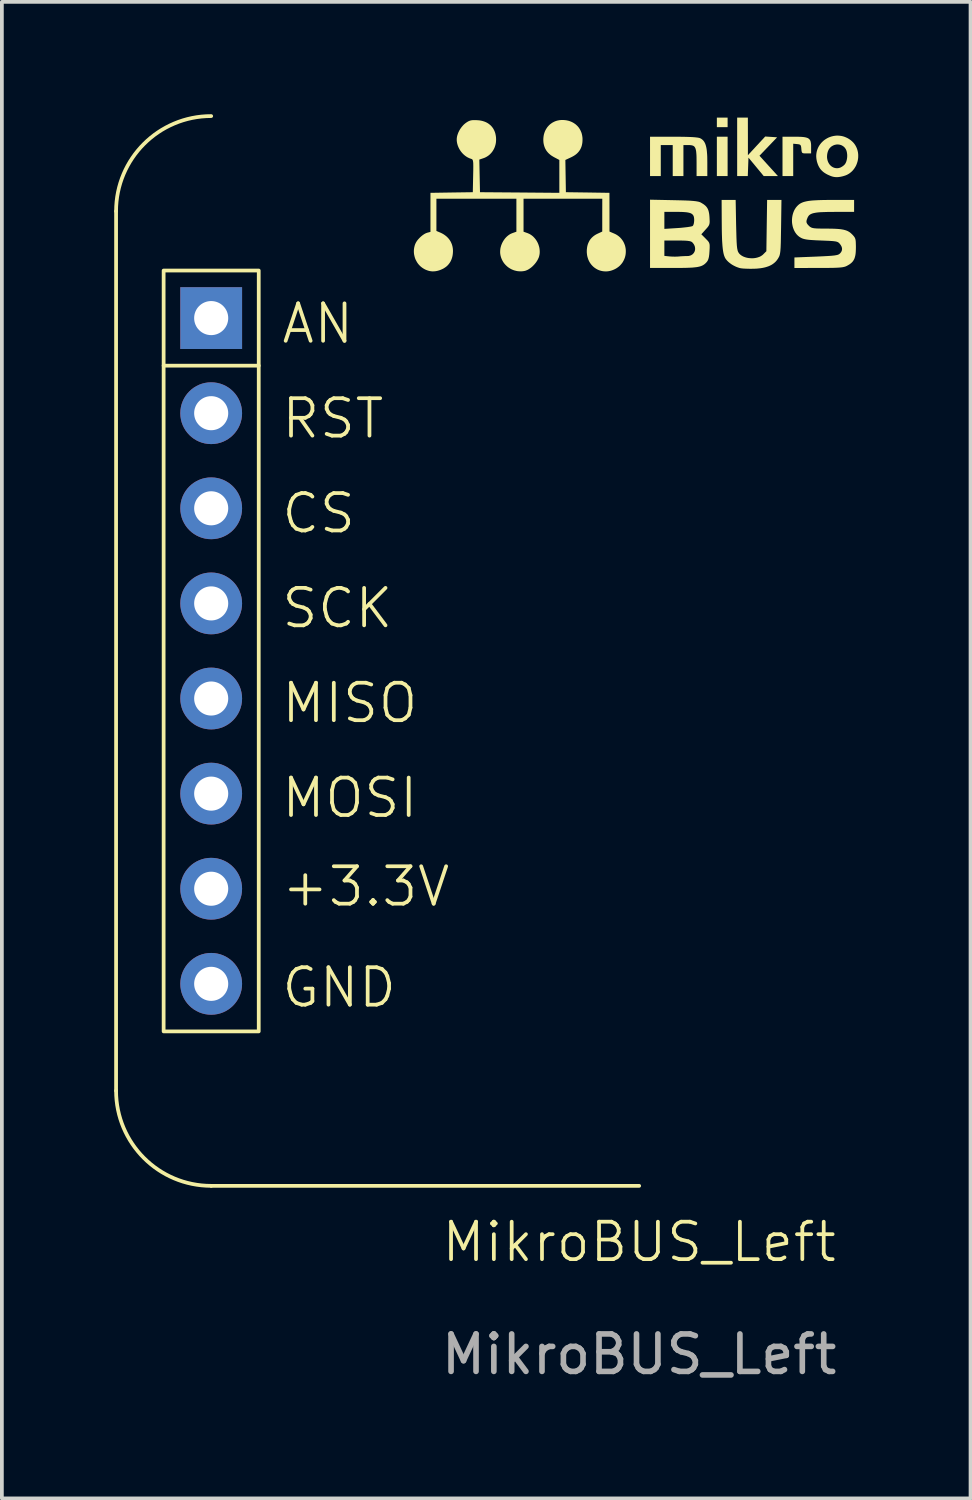
<source format=kicad_pcb>
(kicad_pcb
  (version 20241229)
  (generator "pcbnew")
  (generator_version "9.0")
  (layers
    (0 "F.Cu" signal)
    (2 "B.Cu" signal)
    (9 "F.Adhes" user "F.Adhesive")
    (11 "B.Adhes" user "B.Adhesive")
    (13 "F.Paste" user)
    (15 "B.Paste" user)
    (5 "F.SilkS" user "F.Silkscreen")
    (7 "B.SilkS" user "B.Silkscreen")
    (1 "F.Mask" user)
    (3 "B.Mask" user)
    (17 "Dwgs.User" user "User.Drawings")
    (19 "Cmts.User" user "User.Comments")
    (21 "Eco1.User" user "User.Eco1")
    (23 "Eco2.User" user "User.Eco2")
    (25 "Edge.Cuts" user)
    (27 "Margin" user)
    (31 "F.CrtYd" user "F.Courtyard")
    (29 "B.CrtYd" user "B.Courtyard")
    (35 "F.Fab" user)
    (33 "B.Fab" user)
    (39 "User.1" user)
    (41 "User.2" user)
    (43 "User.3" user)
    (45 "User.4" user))
  (footprint "MikroBUS_Left"
    (layer "F.Cu")
    (at 14.02 28.62)
    (property "Reference" "MikroBUS_Left" (at 0 1.5 0) (unlocked yes) (layer "F.SilkS") (effects (font (size 1 1) (thickness 0.1))))
    (attr smd)
    (fp_line (start -13.97 -2.54) (end -13.97 -26.03) (stroke (width 0.1) (type default)) (layer "F.SilkS"))
    (fp_line (start -12.7 -21.905) (end -10.16 -21.905) (stroke (width 0.1) (type solid)) (layer "F.SilkS"))
    (fp_line (start 0 0) (end -11.43 0) (stroke (width 0.1) (type solid)) (layer "F.SilkS"))
    (fp_rect (start -12.7 -24.445) (end -10.16 -4.125) (stroke (width 0.1) (type solid)) (fill no) (layer "F.SilkS"))
    (fp_arc (start -13.97 -26.03) (mid -13.226051 -27.826051) (end -11.43 -28.57) (stroke (width 0.1) (type default)) (layer "F.SilkS"))
    (fp_arc (start -11.43 0) (mid -13.226051 -0.743949) (end -13.97 -2.54) (stroke (width 0.1) (type default)) (layer "F.SilkS"))
    (fp_poly (pts (xy 2.362 -28.402) (xy 2.362 -28.274) (xy 2.218 -28.274) (xy 2.075 -28.274) (xy 2.075 -28.402) (xy 2.075 -28.529) (xy 2.218 -28.529) (xy 2.362 -28.529)) (stroke (width 0) (type solid)) (fill yes) (layer "F.SilkS"))
    (fp_poly (pts (xy 2.362 -27.493) (xy 2.362 -26.968) (xy 2.218 -26.968) (xy 2.075 -26.968) (xy 2.075 -27.493) (xy 2.075 -28.019) (xy 2.218 -28.019) (xy 2.362 -28.019)) (stroke (width 0) (type solid)) (fill yes) (layer "F.SilkS"))
    (fp_poly (pts (xy 2.904 -28.027) (xy 2.904 -27.525) (xy 3.135 -27.775) (xy 3.366 -28.024) (xy 3.525 -28.014) (xy 3.684 -28.003) (xy 3.449 -27.757) (xy 3.213 -27.511) (xy 3.46 -27.239) (xy 3.706 -26.968) (xy 3.516 -26.968) (xy 3.326 -26.968) (xy 3.123 -27.214) (xy 2.919 -27.46) (xy 2.91 -27.214) (xy 2.901 -26.968) (xy 2.759 -26.968) (xy 2.617 -26.968) (xy 2.617 -27.748) (xy 2.617 -28.529) (xy 2.76 -28.529) (xy 2.903 -28.529)) (stroke (width 0) (type solid)) (fill yes) (layer "F.SilkS"))
    (fp_poly (pts (xy 0.92 -28.019) (xy 1.074 -28.018) (xy 1.208 -28.016) (xy 1.322 -28.013) (xy 1.418 -28.009) (xy 1.496 -28.003) (xy 1.556 -27.996) (xy 1.6 -27.988) (xy 1.616 -27.983) (xy 1.629 -27.978) (xy 1.642 -27.971) (xy 1.655 -27.964) (xy 1.667 -27.956) (xy 1.679 -27.947) (xy 1.69 -27.938) (xy 1.701 -27.928) (xy 1.711 -27.918) (xy 1.72 -27.906) (xy 1.729 -27.895) (xy 1.738 -27.882) (xy 1.746 -27.868) (xy 1.753 -27.854) (xy 1.761 -27.839) (xy 1.767 -27.823) (xy 1.773 -27.806) (xy 1.779 -27.788) (xy 1.784 -27.769) (xy 1.789 -27.749) (xy 1.794 -27.728) (xy 1.798 -27.706) (xy 1.802 -27.683) (xy 1.805 -27.659) (xy 1.808 -27.633) (xy 1.81 -27.606) (xy 1.815 -27.548) (xy 1.818 -27.485) (xy 1.819 -27.417) (xy 1.82 -27.342) (xy 1.82 -26.968) (xy 1.676 -26.968) (xy 1.533 -26.968) (xy 1.533 -27.332) (xy 1.532 -27.472) (xy 1.53 -27.53) (xy 1.526 -27.581) (xy 1.522 -27.625) (xy 1.515 -27.663) (xy 1.507 -27.694) (xy 1.502 -27.708) (xy 1.496 -27.721) (xy 1.49 -27.732) (xy 1.484 -27.742) (xy 1.476 -27.752) (xy 1.468 -27.76) (xy 1.459 -27.767) (xy 1.45 -27.773) (xy 1.44 -27.778) (xy 1.429 -27.782) (xy 1.404 -27.789) (xy 1.376 -27.793) (xy 1.344 -27.796) (xy 1.308 -27.796) (xy 1.182 -27.796) (xy 1.182 -27.382) (xy 1.182 -26.968) (xy 1.039 -26.968) (xy 0.896 -26.968) (xy 0.896 -27.382) (xy 0.896 -27.796) (xy 0.736 -27.796) (xy 0.577 -27.796) (xy 0.577 -27.382) (xy 0.577 -26.968) (xy 0.433 -26.968) (xy 0.29 -26.968) (xy 0.29 -27.493) (xy 0.29 -28.019)) (stroke (width 0) (type solid)) (fill yes) (layer "F.SilkS"))
    (fp_poly (pts (xy 4.211 -28.019) (xy 4.275 -28.017) (xy 4.331 -28.015) (xy 4.38 -28.011) (xy 4.423 -28.005) (xy 4.46 -27.997) (xy 4.476 -27.992) (xy 4.491 -27.987) (xy 4.505 -27.981) (xy 4.517 -27.974) (xy 4.528 -27.966) (xy 4.538 -27.958) (xy 4.547 -27.949) (xy 4.555 -27.939) (xy 4.562 -27.929) (xy 4.569 -27.917) (xy 4.574 -27.905) (xy 4.578 -27.892) (xy 4.585 -27.862) (xy 4.59 -27.828) (xy 4.592 -27.79) (xy 4.592 -27.747) (xy 4.592 -27.573) (xy 4.467 -27.573) (xy 4.445 -27.573) (xy 4.426 -27.573) (xy 4.41 -27.574) (xy 4.396 -27.575) (xy 4.389 -27.576) (xy 4.383 -27.577) (xy 4.378 -27.579) (xy 4.373 -27.58) (xy 4.368 -27.582) (xy 4.364 -27.584) (xy 4.36 -27.587) (xy 4.357 -27.589) (xy 4.354 -27.592) (xy 4.351 -27.596) (xy 4.349 -27.599) (xy 4.346 -27.604) (xy 4.344 -27.608) (xy 4.343 -27.613) (xy 4.341 -27.619) (xy 4.34 -27.625) (xy 4.337 -27.638) (xy 4.335 -27.654) (xy 4.333 -27.672) (xy 4.331 -27.693) (xy 4.33 -27.712) (xy 4.328 -27.729) (xy 4.326 -27.744) (xy 4.323 -27.758) (xy 4.322 -27.764) (xy 4.32 -27.769) (xy 4.318 -27.774) (xy 4.317 -27.779) (xy 4.314 -27.784) (xy 4.312 -27.788) (xy 4.31 -27.791) (xy 4.307 -27.795) (xy 4.304 -27.798) (xy 4.301 -27.801) (xy 4.297 -27.803) (xy 4.293 -27.806) (xy 4.289 -27.808) (xy 4.284 -27.81) (xy 4.28 -27.812) (xy 4.274 -27.813) (xy 4.263 -27.816) (xy 4.25 -27.818) (xy 4.235 -27.82) (xy 4.218 -27.822) (xy 4.114 -27.832) (xy 4.114 -27.4) (xy 4.114 -26.968) (xy 3.971 -26.968) (xy 3.828 -26.968) (xy 3.828 -27.493) (xy 3.828 -28.019) (xy 4.139 -28.019)) (stroke (width 0) (type solid)) (fill yes) (layer "F.SilkS"))
    (fp_poly (pts (xy 2.589 -25.667) (xy 2.598 -25.325) (xy 2.603 -25.204) (xy 2.609 -25.111) (xy 2.617 -25.04) (xy 2.628 -24.988) (xy 2.633 -24.968) (xy 2.64 -24.95) (xy 2.648 -24.934) (xy 2.656 -24.921) (xy 2.667 -24.905) (xy 2.68 -24.889) (xy 2.695 -24.875) (xy 2.711 -24.862) (xy 2.728 -24.849) (xy 2.746 -24.838) (xy 2.765 -24.827) (xy 2.785 -24.817) (xy 2.806 -24.809) (xy 2.827 -24.801) (xy 2.85 -24.794) (xy 2.873 -24.788) (xy 2.896 -24.783) (xy 2.92 -24.779) (xy 2.969 -24.774) (xy 3.018 -24.772) (xy 3.042 -24.773) (xy 3.066 -24.775) (xy 3.09 -24.778) (xy 3.114 -24.782) (xy 3.137 -24.787) (xy 3.16 -24.793) (xy 3.182 -24.8) (xy 3.204 -24.808) (xy 3.225 -24.816) (xy 3.245 -24.827) (xy 3.263 -24.838) (xy 3.281 -24.85) (xy 3.298 -24.863) (xy 3.313 -24.877) (xy 3.397 -24.961) (xy 3.407 -25.646) (xy 3.417 -26.33) (xy 3.608 -26.33) (xy 3.8 -26.33) (xy 3.79 -25.605) (xy 3.783 -25.198) (xy 3.778 -25.064) (xy 3.771 -24.967) (xy 3.766 -24.929) (xy 3.761 -24.896) (xy 3.755 -24.869) (xy 3.748 -24.844) (xy 3.74 -24.823) (xy 3.73 -24.803) (xy 3.707 -24.763) (xy 3.696 -24.747) (xy 3.685 -24.731) (xy 3.674 -24.716) (xy 3.661 -24.701) (xy 3.649 -24.687) (xy 3.635 -24.673) (xy 3.621 -24.66) (xy 3.607 -24.648) (xy 3.592 -24.636) (xy 3.576 -24.624) (xy 3.56 -24.613) (xy 3.543 -24.602) (xy 3.525 -24.592) (xy 3.507 -24.583) (xy 3.489 -24.574) (xy 3.469 -24.565) (xy 3.449 -24.557) (xy 3.428 -24.55) (xy 3.407 -24.543) (xy 3.385 -24.536) (xy 3.362 -24.53) (xy 3.338 -24.524) (xy 3.289 -24.514) (xy 3.237 -24.506) (xy 3.182 -24.5) (xy 3.124 -24.495) (xy 3.063 -24.493) (xy 3.007 -24.492) (xy 2.95 -24.492) (xy 2.894 -24.493) (xy 2.842 -24.495) (xy 2.794 -24.497) (xy 2.752 -24.501) (xy 2.717 -24.505) (xy 2.691 -24.51) (xy 2.691 -24.51) (xy 2.664 -24.518) (xy 2.637 -24.527) (xy 2.61 -24.537) (xy 2.583 -24.548) (xy 2.556 -24.561) (xy 2.53 -24.574) (xy 2.504 -24.588) (xy 2.479 -24.603) (xy 2.455 -24.619) (xy 2.432 -24.636) (xy 2.41 -24.653) (xy 2.389 -24.67) (xy 2.369 -24.689) (xy 2.351 -24.707) (xy 2.334 -24.726) (xy 2.319 -24.745) (xy 2.303 -24.768) (xy 2.296 -24.78) (xy 2.289 -24.794) (xy 2.283 -24.808) (xy 2.277 -24.823) (xy 2.265 -24.856) (xy 2.255 -24.894) (xy 2.246 -24.937) (xy 2.238 -24.986) (xy 2.231 -25.041) (xy 2.225 -25.102) (xy 2.22 -25.171) (xy 2.215 -25.247) (xy 2.212 -25.332) (xy 2.209 -25.425) (xy 2.207 -25.528) (xy 2.205 -25.764) (xy 2.202 -26.33) (xy 2.39 -26.33) (xy 2.577 -26.33)) (stroke (width 0) (type solid)) (fill yes) (layer "F.SilkS"))
    (fp_poly (pts (xy 5.357 -28.045) (xy 5.401 -28.039) (xy 5.445 -28.029) (xy 5.488 -28.015) (xy 5.531 -27.997) (xy 5.574 -27.976) (xy 5.616 -27.95) (xy 5.656 -27.921) (xy 5.686 -27.895) (xy 5.714 -27.868) (xy 5.738 -27.84) (xy 5.76 -27.81) (xy 5.78 -27.778) (xy 5.797 -27.746) (xy 5.812 -27.712) (xy 5.824 -27.678) (xy 5.834 -27.643) (xy 5.842 -27.607) (xy 5.847 -27.571) (xy 5.85 -27.535) (xy 5.85 -27.499) (xy 5.849 -27.462) (xy 5.845 -27.426) (xy 5.839 -27.39) (xy 5.831 -27.355) (xy 5.82 -27.32) (xy 5.808 -27.286) (xy 5.794 -27.252) (xy 5.777 -27.22) (xy 5.758 -27.189) (xy 5.738 -27.159) (xy 5.715 -27.13) (xy 5.691 -27.103) (xy 5.664 -27.078) (xy 5.636 -27.055) (xy 5.606 -27.033) (xy 5.574 -27.014) (xy 5.54 -26.997) (xy 5.505 -26.983) (xy 5.467 -26.971) (xy 5.436 -26.962) (xy 5.405 -26.955) (xy 5.377 -26.949) (xy 5.35 -26.945) (xy 5.324 -26.941) (xy 5.299 -26.94) (xy 5.274 -26.939) (xy 5.251 -26.94) (xy 5.227 -26.942) (xy 5.204 -26.945) (xy 5.18 -26.95) (xy 5.157 -26.956) (xy 5.132 -26.964) (xy 5.108 -26.973) (xy 5.082 -26.984) (xy 5.055 -26.996) (xy 5.023 -27.011) (xy 4.994 -27.027) (xy 4.967 -27.043) (xy 4.941 -27.06) (xy 4.917 -27.078) (xy 4.895 -27.097) (xy 4.874 -27.117) (xy 4.855 -27.138) (xy 4.837 -27.16) (xy 4.821 -27.184) (xy 4.806 -27.208) (xy 4.792 -27.234) (xy 4.779 -27.262) (xy 4.768 -27.291) (xy 4.758 -27.321) (xy 4.748 -27.353) (xy 4.738 -27.402) (xy 4.731 -27.449) (xy 4.73 -27.476) (xy 5.017 -27.476) (xy 5.019 -27.448) (xy 5.023 -27.421) (xy 5.029 -27.395) (xy 5.036 -27.37) (xy 5.045 -27.347) (xy 5.056 -27.324) (xy 5.068 -27.303) (xy 5.081 -27.283) (xy 5.096 -27.265) (xy 5.112 -27.248) (xy 5.129 -27.233) (xy 5.147 -27.22) (xy 5.166 -27.208) (xy 5.186 -27.198) (xy 5.207 -27.19) (xy 5.228 -27.184) (xy 5.25 -27.18) (xy 5.272 -27.178) (xy 5.295 -27.178) (xy 5.318 -27.18) (xy 5.341 -27.185) (xy 5.365 -27.192) (xy 5.388 -27.202) (xy 5.411 -27.215) (xy 5.434 -27.23) (xy 5.457 -27.247) (xy 5.48 -27.268) (xy 5.487 -27.276) (xy 5.495 -27.285) (xy 5.502 -27.295) (xy 5.508 -27.306) (xy 5.515 -27.317) (xy 5.52 -27.329) (xy 5.531 -27.354) (xy 5.539 -27.382) (xy 5.546 -27.41) (xy 5.551 -27.44) (xy 5.555 -27.471) (xy 5.556 -27.502) (xy 5.556 -27.533) (xy 5.553 -27.563) (xy 5.549 -27.593) (xy 5.543 -27.622) (xy 5.535 -27.648) (xy 5.53 -27.661) (xy 5.524 -27.673) (xy 5.519 -27.685) (xy 5.512 -27.696) (xy 5.501 -27.712) (xy 5.489 -27.728) (xy 5.476 -27.741) (xy 5.462 -27.754) (xy 5.447 -27.765) (xy 5.432 -27.775) (xy 5.416 -27.784) (xy 5.4 -27.792) (xy 5.383 -27.798) (xy 5.366 -27.803) (xy 5.349 -27.807) (xy 5.331 -27.81) (xy 5.313 -27.811) (xy 5.295 -27.812) (xy 5.277 -27.811) (xy 5.259 -27.809) (xy 5.242 -27.805) (xy 5.224 -27.801) (xy 5.207 -27.796) (xy 5.19 -27.789) (xy 5.174 -27.781) (xy 5.158 -27.772) (xy 5.142 -27.762) (xy 5.127 -27.752) (xy 5.113 -27.739) (xy 5.1 -27.726) (xy 5.087 -27.712) (xy 5.076 -27.697) (xy 5.065 -27.681) (xy 5.056 -27.663) (xy 5.048 -27.645) (xy 5.04 -27.626) (xy 5.031 -27.595) (xy 5.024 -27.564) (xy 5.02 -27.534) (xy 5.018 -27.504) (xy 5.017 -27.476) (xy 4.73 -27.476) (xy 4.728 -27.496) (xy 4.73 -27.541) (xy 4.735 -27.585) (xy 4.744 -27.628) (xy 4.756 -27.669) (xy 4.771 -27.709) (xy 4.789 -27.747) (xy 4.811 -27.784) (xy 4.835 -27.818) (xy 4.861 -27.851) (xy 4.89 -27.881) (xy 4.921 -27.91) (xy 4.954 -27.936) (xy 4.989 -27.959) (xy 5.025 -27.98) (xy 5.063 -27.999) (xy 5.103 -28.014) (xy 5.143 -28.027) (xy 5.185 -28.037) (xy 5.227 -28.044) (xy 5.27 -28.048) (xy 5.313 -28.048)) (stroke (width 0) (type solid)) (fill yes) (layer "F.SilkS"))
    (fp_poly (pts (xy 0.92 -26.324) (xy 1.091 -26.32) (xy 1.233 -26.316) (xy 1.349 -26.311) (xy 1.441 -26.304) (xy 1.514 -26.296) (xy 1.57 -26.286) (xy 1.592 -26.281) (xy 1.612 -26.275) (xy 1.629 -26.268) (xy 1.645 -26.261) (xy 1.675 -26.243) (xy 1.703 -26.226) (xy 1.729 -26.209) (xy 1.74 -26.2) (xy 1.751 -26.191) (xy 1.762 -26.182) (xy 1.772 -26.173) (xy 1.781 -26.164) (xy 1.79 -26.154) (xy 1.798 -26.144) (xy 1.806 -26.134) (xy 1.813 -26.124) (xy 1.82 -26.113) (xy 1.827 -26.101) (xy 1.832 -26.09) (xy 1.838 -26.078) (xy 1.843 -26.065) (xy 1.848 -26.052) (xy 1.852 -26.039) (xy 1.856 -26.025) (xy 1.859 -26.01) (xy 1.866 -25.979) (xy 1.871 -25.946) (xy 1.875 -25.909) (xy 1.878 -25.87) (xy 1.881 -25.805) (xy 1.882 -25.778) (xy 1.883 -25.754) (xy 1.882 -25.733) (xy 1.88 -25.713) (xy 1.877 -25.695) (xy 1.873 -25.679) (xy 1.867 -25.663) (xy 1.86 -25.648) (xy 1.851 -25.633) (xy 1.84 -25.617) (xy 1.827 -25.6) (xy 1.812 -25.582) (xy 1.775 -25.541) (xy 1.66 -25.413) (xy 1.775 -25.298) (xy 1.795 -25.277) (xy 1.813 -25.259) (xy 1.828 -25.243) (xy 1.835 -25.235) (xy 1.841 -25.228) (xy 1.847 -25.22) (xy 1.852 -25.213) (xy 1.857 -25.206) (xy 1.861 -25.199) (xy 1.865 -25.191) (xy 1.868 -25.184) (xy 1.871 -25.176) (xy 1.874 -25.168) (xy 1.876 -25.16) (xy 1.878 -25.152) (xy 1.88 -25.143) (xy 1.881 -25.133) (xy 1.882 -25.124) (xy 1.883 -25.113) (xy 1.883 -25.102) (xy 1.883 -25.09) (xy 1.883 -25.064) (xy 1.882 -25.034) (xy 1.878 -24.962) (xy 1.874 -24.905) (xy 1.872 -24.879) (xy 1.869 -24.855) (xy 1.866 -24.833) (xy 1.863 -24.812) (xy 1.859 -24.793) (xy 1.854 -24.775) (xy 1.85 -24.758) (xy 1.845 -24.743) (xy 1.839 -24.729) (xy 1.833 -24.715) (xy 1.826 -24.703) (xy 1.819 -24.692) (xy 1.811 -24.681) (xy 1.803 -24.671) (xy 1.791 -24.658) (xy 1.78 -24.646) (xy 1.768 -24.635) (xy 1.756 -24.624) (xy 1.744 -24.614) (xy 1.732 -24.605) (xy 1.718 -24.596) (xy 1.705 -24.588) (xy 1.69 -24.58) (xy 1.675 -24.573) (xy 1.659 -24.566) (xy 1.641 -24.56) (xy 1.623 -24.555) (xy 1.603 -24.549) (xy 1.582 -24.545) (xy 1.559 -24.54) (xy 1.535 -24.536) (xy 1.509 -24.533) (xy 1.482 -24.53) (xy 1.452 -24.527) (xy 1.421 -24.524) (xy 1.387 -24.522) (xy 1.313 -24.519) (xy 1.23 -24.516) (xy 1.136 -24.515) (xy 1.03 -24.514) (xy 0.913 -24.514) (xy 0.29 -24.514) (xy 0.29 -25.041) (xy 0.673 -25.041) (xy 0.673 -24.836) (xy 0.808 -24.822) (xy 0.837 -24.82) (xy 0.869 -24.818) (xy 0.903 -24.817) (xy 0.936 -24.816) (xy 0.969 -24.816) (xy 1.001 -24.817) (xy 1.03 -24.818) (xy 1.055 -24.82) (xy 1.08 -24.822) (xy 1.108 -24.825) (xy 1.169 -24.828) (xy 1.23 -24.831) (xy 1.259 -24.832) (xy 1.285 -24.832) (xy 1.285 -24.832) (xy 1.304 -24.833) (xy 1.321 -24.834) (xy 1.338 -24.838) (xy 1.355 -24.842) (xy 1.37 -24.847) (xy 1.385 -24.853) (xy 1.398 -24.86) (xy 1.411 -24.869) (xy 1.424 -24.877) (xy 1.435 -24.887) (xy 1.445 -24.898) (xy 1.454 -24.909) (xy 1.463 -24.921) (xy 1.47 -24.933) (xy 1.477 -24.946) (xy 1.482 -24.959) (xy 1.487 -24.973) (xy 1.49 -24.988) (xy 1.493 -25.002) (xy 1.494 -25.017) (xy 1.494 -25.032) (xy 1.493 -25.047) (xy 1.491 -25.062) (xy 1.488 -25.078) (xy 1.484 -25.093) (xy 1.478 -25.108) (xy 1.472 -25.124) (xy 1.464 -25.139) (xy 1.454 -25.154) (xy 1.444 -25.168) (xy 1.432 -25.183) (xy 1.419 -25.197) (xy 1.415 -25.2) (xy 1.411 -25.204) (xy 1.407 -25.207) (xy 1.402 -25.21) (xy 1.397 -25.213) (xy 1.391 -25.216) (xy 1.385 -25.218) (xy 1.379 -25.221) (xy 1.372 -25.223) (xy 1.364 -25.226) (xy 1.357 -25.228) (xy 1.348 -25.23) (xy 1.329 -25.233) (xy 1.308 -25.236) (xy 1.284 -25.239) (xy 1.257 -25.241) (xy 1.227 -25.243) (xy 1.193 -25.244) (xy 1.156 -25.245) (xy 1.115 -25.246) (xy 1.07 -25.246) (xy 1.021 -25.247) (xy 0.673 -25.247) (xy 0.673 -25.041) (xy 0.29 -25.041) (xy 0.29 -25.425) (xy 0.29 -25.784) (xy 0.673 -25.784) (xy 0.673 -25.557) (xy 1.031 -25.58) (xy 1.104 -25.585) (xy 1.173 -25.592) (xy 1.238 -25.599) (xy 1.296 -25.606) (xy 1.346 -25.614) (xy 1.386 -25.621) (xy 1.414 -25.629) (xy 1.424 -25.632) (xy 1.429 -25.636) (xy 1.429 -25.636) (xy 1.431 -25.638) (xy 1.433 -25.64) (xy 1.435 -25.642) (xy 1.437 -25.645) (xy 1.441 -25.651) (xy 1.445 -25.658) (xy 1.448 -25.666) (xy 1.452 -25.675) (xy 1.455 -25.685) (xy 1.458 -25.695) (xy 1.46 -25.706) (xy 1.462 -25.717) (xy 1.464 -25.729) (xy 1.466 -25.741) (xy 1.467 -25.753) (xy 1.468 -25.765) (xy 1.469 -25.778) (xy 1.469 -25.79) (xy 1.469 -25.807) (xy 1.468 -25.824) (xy 1.467 -25.839) (xy 1.465 -25.853) (xy 1.463 -25.867) (xy 1.46 -25.88) (xy 1.456 -25.892) (xy 1.452 -25.904) (xy 1.446 -25.914) (xy 1.44 -25.924) (xy 1.433 -25.934) (xy 1.425 -25.942) (xy 1.416 -25.95) (xy 1.406 -25.958) (xy 1.395 -25.965) (xy 1.383 -25.971) (xy 1.37 -25.977) (xy 1.355 -25.982) (xy 1.34 -25.986) (xy 1.322 -25.991) (xy 1.304 -25.994) (xy 1.284 -25.998) (xy 1.263 -26.001) (xy 1.24 -26.003) (xy 1.216 -26.005) (xy 1.19 -26.007) (xy 1.134 -26.01) (xy 1.071 -26.011) (xy 1 -26.011) (xy 0.673 -26.011) (xy 0.673 -25.784) (xy 0.29 -25.784) (xy 0.29 -26.337)) (stroke (width 0) (type solid)) (fill yes) (layer "F.SilkS"))
    (fp_poly (pts (xy 5.74 -26.171) (xy 5.74 -26.011) (xy 5.235 -26.011) (xy 5.047 -26.01) (xy 4.896 -26.005) (xy 4.832 -26.002) (xy 4.775 -25.997) (xy 4.726 -25.991) (xy 4.682 -25.983) (xy 4.645 -25.975) (xy 4.612 -25.964) (xy 4.585 -25.952) (xy 4.562 -25.939) (xy 4.542 -25.923) (xy 4.526 -25.906) (xy 4.513 -25.886) (xy 4.501 -25.865) (xy 4.492 -25.844) (xy 4.485 -25.825) (xy 4.478 -25.808) (xy 4.474 -25.792) (xy 4.472 -25.784) (xy 4.47 -25.777) (xy 4.469 -25.769) (xy 4.468 -25.763) (xy 4.468 -25.756) (xy 4.468 -25.749) (xy 4.469 -25.743) (xy 4.469 -25.736) (xy 4.471 -25.73) (xy 4.472 -25.724) (xy 4.474 -25.718) (xy 4.477 -25.712) (xy 4.48 -25.706) (xy 4.483 -25.7) (xy 4.486 -25.694) (xy 4.491 -25.687) (xy 4.5 -25.675) (xy 4.511 -25.662) (xy 4.524 -25.649) (xy 4.539 -25.634) (xy 4.551 -25.623) (xy 4.557 -25.618) (xy 4.563 -25.613) (xy 4.57 -25.609) (xy 4.576 -25.605) (xy 4.583 -25.601) (xy 4.589 -25.597) (xy 4.597 -25.594) (xy 4.604 -25.59) (xy 4.612 -25.588) (xy 4.621 -25.585) (xy 4.63 -25.582) (xy 4.639 -25.58) (xy 4.65 -25.578) (xy 4.661 -25.576) (xy 4.673 -25.574) (xy 4.686 -25.573) (xy 4.7 -25.572) (xy 4.715 -25.57) (xy 4.748 -25.568) (xy 4.785 -25.567) (xy 4.828 -25.566) (xy 4.877 -25.565) (xy 4.931 -25.565) (xy 4.993 -25.565) (xy 5.147 -25.563) (xy 5.213 -25.561) (xy 5.274 -25.558) (xy 5.329 -25.554) (xy 5.378 -25.549) (xy 5.423 -25.542) (xy 5.464 -25.534) (xy 5.501 -25.524) (xy 5.535 -25.513) (xy 5.566 -25.5) (xy 5.594 -25.485) (xy 5.621 -25.468) (xy 5.646 -25.449) (xy 5.67 -25.427) (xy 5.694 -25.404) (xy 5.709 -25.388) (xy 5.723 -25.372) (xy 5.735 -25.358) (xy 5.74 -25.351) (xy 5.745 -25.344) (xy 5.75 -25.337) (xy 5.754 -25.33) (xy 5.758 -25.323) (xy 5.762 -25.315) (xy 5.765 -25.308) (xy 5.768 -25.3) (xy 5.771 -25.292) (xy 5.774 -25.283) (xy 5.776 -25.274) (xy 5.778 -25.265) (xy 5.78 -25.255) (xy 5.781 -25.244) (xy 5.782 -25.233) (xy 5.784 -25.222) (xy 5.785 -25.196) (xy 5.786 -25.167) (xy 5.787 -25.134) (xy 5.788 -25.097) (xy 5.788 -25.056) (xy 5.787 -25.004) (xy 5.785 -24.957) (xy 5.782 -24.913) (xy 5.777 -24.873) (xy 5.77 -24.836) (xy 5.761 -24.802) (xy 5.751 -24.77) (xy 5.738 -24.742) (xy 5.723 -24.715) (xy 5.706 -24.69) (xy 5.686 -24.667) (xy 5.664 -24.646) (xy 5.639 -24.626) (xy 5.611 -24.606) (xy 5.58 -24.588) (xy 5.546 -24.569) (xy 5.529 -24.561) (xy 5.51 -24.553) (xy 5.489 -24.546) (xy 5.467 -24.541) (xy 5.441 -24.535) (xy 5.412 -24.531) (xy 5.379 -24.527) (xy 5.341 -24.524) (xy 5.297 -24.521) (xy 5.248 -24.519) (xy 5.192 -24.517) (xy 5.129 -24.516) (xy 5.058 -24.515) (xy 4.979 -24.514) (xy 4.792 -24.514) (xy 4.146 -24.513) (xy 4.146 -24.654) (xy 4.146 -24.794) (xy 4.724 -24.817) (xy 4.894 -24.825) (xy 5.029 -24.832) (xy 5.133 -24.839) (xy 5.212 -24.847) (xy 5.243 -24.852) (xy 5.27 -24.857) (xy 5.292 -24.862) (xy 5.311 -24.868) (xy 5.327 -24.875) (xy 5.34 -24.883) (xy 5.351 -24.891) (xy 5.362 -24.9) (xy 5.369 -24.907) (xy 5.375 -24.915) (xy 5.381 -24.922) (xy 5.387 -24.929) (xy 5.392 -24.936) (xy 5.396 -24.944) (xy 5.401 -24.951) (xy 5.404 -24.959) (xy 5.408 -24.966) (xy 5.41 -24.974) (xy 5.413 -24.982) (xy 5.415 -24.989) (xy 5.416 -24.997) (xy 5.417 -25.005) (xy 5.418 -25.013) (xy 5.418 -25.021) (xy 5.418 -25.029) (xy 5.417 -25.037) (xy 5.416 -25.045) (xy 5.415 -25.053) (xy 5.412 -25.061) (xy 5.41 -25.069) (xy 5.407 -25.078) (xy 5.404 -25.086) (xy 5.4 -25.095) (xy 5.395 -25.103) (xy 5.391 -25.112) (xy 5.386 -25.12) (xy 5.38 -25.129) (xy 5.374 -25.138) (xy 5.36 -25.155) (xy 5.35 -25.168) (xy 5.345 -25.174) (xy 5.339 -25.179) (xy 5.334 -25.184) (xy 5.328 -25.189) (xy 5.322 -25.193) (xy 5.316 -25.197) (xy 5.309 -25.201) (xy 5.302 -25.205) (xy 5.294 -25.208) (xy 5.286 -25.211) (xy 5.277 -25.214) (xy 5.267 -25.217) (xy 5.256 -25.22) (xy 5.244 -25.222) (xy 5.231 -25.224) (xy 5.217 -25.226) (xy 5.201 -25.228) (xy 5.185 -25.23) (xy 5.167 -25.232) (xy 5.147 -25.233) (xy 5.104 -25.236) (xy 5.054 -25.239) (xy 4.997 -25.241) (xy 4.932 -25.244) (xy 4.858 -25.247) (xy 4.734 -25.252) (xy 4.631 -25.258) (xy 4.547 -25.264) (xy 4.48 -25.272) (xy 4.451 -25.277) (xy 4.425 -25.282) (xy 4.401 -25.288) (xy 4.38 -25.294) (xy 4.36 -25.301) (xy 4.341 -25.309) (xy 4.323 -25.318) (xy 4.306 -25.328) (xy 4.281 -25.343) (xy 4.258 -25.361) (xy 4.236 -25.38) (xy 4.215 -25.401) (xy 4.196 -25.423) (xy 4.179 -25.447) (xy 4.162 -25.471) (xy 4.148 -25.498) (xy 4.134 -25.525) (xy 4.123 -25.553) (xy 4.112 -25.582) (xy 4.103 -25.611) (xy 4.096 -25.642) (xy 4.09 -25.673) (xy 4.085 -25.704) (xy 4.082 -25.735) (xy 4.081 -25.767) (xy 4.081 -25.799) (xy 4.083 -25.831) (xy 4.086 -25.862) (xy 4.091 -25.894) (xy 4.097 -25.925) (xy 4.105 -25.955) (xy 4.114 -25.985) (xy 4.125 -26.015) (xy 4.137 -26.043) (xy 4.151 -26.071) (xy 4.167 -26.097) (xy 4.184 -26.123) (xy 4.203 -26.147) (xy 4.224 -26.17) (xy 4.246 -26.192) (xy 4.258 -26.202) (xy 4.27 -26.212) (xy 4.282 -26.221) (xy 4.295 -26.23) (xy 4.309 -26.238) (xy 4.323 -26.246) (xy 4.338 -26.253) (xy 4.354 -26.26) (xy 4.371 -26.267) (xy 4.388 -26.273) (xy 4.407 -26.279) (xy 4.427 -26.284) (xy 4.448 -26.289) (xy 4.47 -26.294) (xy 4.518 -26.303) (xy 4.572 -26.31) (xy 4.632 -26.316) (xy 4.699 -26.32) (xy 4.774 -26.324) (xy 4.856 -26.327) (xy 4.948 -26.329) (xy 5.048 -26.33) (xy 5.158 -26.33) (xy 5.74 -26.33)) (stroke (width 0) (type solid)) (fill yes) (layer "F.SilkS"))
    (fp_poly (pts (xy -2.024 -28.465) (xy -1.995 -28.463) (xy -1.967 -28.46) (xy -1.939 -28.456) (xy -1.912 -28.45) (xy -1.885 -28.444) (xy -1.86 -28.436) (xy -1.835 -28.427) (xy -1.81 -28.417) (xy -1.787 -28.406) (xy -1.764 -28.394) (xy -1.743 -28.381) (xy -1.722 -28.367) (xy -1.701 -28.352) (xy -1.682 -28.336) (xy -1.664 -28.319) (xy -1.646 -28.302) (xy -1.63 -28.283) (xy -1.614 -28.264) (xy -1.6 -28.243) (xy -1.587 -28.222) (xy -1.574 -28.2) (xy -1.563 -28.177) (xy -1.553 -28.154) (xy -1.543 -28.13) (xy -1.535 -28.105) (xy -1.529 -28.08) (xy -1.523 -28.053) (xy -1.519 -28.027) (xy -1.515 -27.999) (xy -1.513 -27.971) (xy -1.513 -27.942) (xy -1.514 -27.901) (xy -1.517 -27.862) (xy -1.523 -27.824) (xy -1.531 -27.787) (xy -1.541 -27.753) (xy -1.554 -27.72) (xy -1.569 -27.688) (xy -1.587 -27.658) (xy -1.607 -27.63) (xy -1.629 -27.603) (xy -1.653 -27.578) (xy -1.681 -27.553) (xy -1.71 -27.531) (xy -1.742 -27.51) (xy -1.777 -27.49) (xy -1.814 -27.471) (xy -1.971 -27.398) (xy -1.964 -26.968) (xy -1.957 -26.537) (xy -1.375 -26.529) (xy -0.794 -26.52) (xy -0.793 -26.003) (xy -0.793 -25.486) (xy -0.671 -25.434) (xy -0.634 -25.417) (xy -0.6 -25.398) (xy -0.568 -25.377) (xy -0.538 -25.354) (xy -0.51 -25.329) (xy -0.485 -25.302) (xy -0.462 -25.274) (xy -0.441 -25.245) (xy -0.422 -25.214) (xy -0.406 -25.182) (xy -0.392 -25.149) (xy -0.38 -25.116) (xy -0.371 -25.082) (xy -0.364 -25.047) (xy -0.359 -25.012) (xy -0.357 -24.976) (xy -0.357 -24.941) (xy -0.359 -24.905) (xy -0.363 -24.87) (xy -0.37 -24.835) (xy -0.379 -24.8) (xy -0.391 -24.766) (xy -0.405 -24.733) (xy -0.421 -24.701) (xy -0.439 -24.669) (xy -0.46 -24.639) (xy -0.484 -24.61) (xy -0.509 -24.582) (xy -0.537 -24.556) (xy -0.568 -24.532) (xy -0.601 -24.509) (xy -0.636 -24.489) (xy -0.67 -24.472) (xy -0.704 -24.458) (xy -0.738 -24.446) (xy -0.773 -24.436) (xy -0.807 -24.429) (xy -0.841 -24.424) (xy -0.874 -24.422) (xy -0.908 -24.422) (xy -0.941 -24.424) (xy -0.973 -24.428) (xy -1.005 -24.434) (xy -1.036 -24.442) (xy -1.067 -24.452) (xy -1.097 -24.464) (xy -1.125 -24.478) (xy -1.153 -24.494) (xy -1.18 -24.512) (xy -1.206 -24.531) (xy -1.23 -24.552) (xy -1.253 -24.575) (xy -1.275 -24.599) (xy -1.295 -24.625) (xy -1.314 -24.652) (xy -1.331 -24.681) (xy -1.346 -24.711) (xy -1.36 -24.743) (xy -1.371 -24.776) (xy -1.381 -24.81) (xy -1.389 -24.845) (xy -1.394 -24.881) (xy -1.398 -24.919) (xy -1.399 -24.957) (xy -1.398 -24.998) (xy -1.394 -25.037) (xy -1.389 -25.075) (xy -1.381 -25.112) (xy -1.371 -25.147) (xy -1.358 -25.18) (xy -1.343 -25.212) (xy -1.327 -25.243) (xy -1.308 -25.272) (xy -1.286 -25.299) (xy -1.263 -25.324) (xy -1.237 -25.348) (xy -1.21 -25.37) (xy -1.18 -25.391) (xy -1.148 -25.41) (xy -1.114 -25.427) (xy -0.986 -25.486) (xy -0.986 -25.924) (xy -0.985 -26.362) (xy -2.036 -26.362) (xy -3.088 -26.362) (xy -3.088 -25.922) (xy -3.088 -25.482) (xy -2.978 -25.443) (xy -2.957 -25.434) (xy -2.936 -25.425) (xy -2.916 -25.414) (xy -2.896 -25.402) (xy -2.877 -25.389) (xy -2.858 -25.375) (xy -2.84 -25.36) (xy -2.823 -25.344) (xy -2.807 -25.327) (xy -2.791 -25.31) (xy -2.776 -25.291) (xy -2.761 -25.272) (xy -2.748 -25.253) (xy -2.735 -25.232) (xy -2.723 -25.211) (xy -2.712 -25.19) (xy -2.702 -25.168) (xy -2.693 -25.146) (xy -2.685 -25.123) (xy -2.678 -25.1) (xy -2.671 -25.077) (xy -2.666 -25.054) (xy -2.662 -25.03) (xy -2.659 -25.006) (xy -2.657 -24.982) (xy -2.656 -24.959) (xy -2.656 -24.935) (xy -2.657 -24.911) (xy -2.659 -24.888) (xy -2.663 -24.864) (xy -2.668 -24.841) (xy -2.674 -24.818) (xy -2.679 -24.802) (xy -2.685 -24.786) (xy -2.7 -24.754) (xy -2.716 -24.722) (xy -2.736 -24.69) (xy -2.757 -24.659) (xy -2.781 -24.629) (xy -2.806 -24.6) (xy -2.833 -24.572) (xy -2.86 -24.546) (xy -2.889 -24.522) (xy -2.918 -24.501) (xy -2.948 -24.481) (xy -2.978 -24.464) (xy -3.008 -24.451) (xy -3.022 -24.445) (xy -3.037 -24.44) (xy -3.052 -24.436) (xy -3.066 -24.433) (xy -3.102 -24.427) (xy -3.138 -24.424) (xy -3.174 -24.423) (xy -3.209 -24.425) (xy -3.243 -24.428) (xy -3.277 -24.434) (xy -3.31 -24.442) (xy -3.343 -24.451) (xy -3.374 -24.463) (xy -3.405 -24.476) (xy -3.434 -24.491) (xy -3.462 -24.508) (xy -3.49 -24.526) (xy -3.516 -24.546) (xy -3.541 -24.568) (xy -3.564 -24.59) (xy -3.586 -24.614) (xy -3.607 -24.639) (xy -3.626 -24.666) (xy -3.643 -24.693) (xy -3.658 -24.722) (xy -3.672 -24.751) (xy -3.684 -24.782) (xy -3.694 -24.813) (xy -3.702 -24.844) (xy -3.708 -24.877) (xy -3.712 -24.91) (xy -3.713 -24.943) (xy -3.712 -24.977) (xy -3.709 -25.011) (xy -3.704 -25.046) (xy -3.695 -25.08) (xy -3.686 -25.112) (xy -3.675 -25.142) (xy -3.662 -25.172) (xy -3.648 -25.201) (xy -3.632 -25.229) (xy -3.615 -25.256) (xy -3.597 -25.281) (xy -3.578 -25.306) (xy -3.557 -25.329) (xy -3.536 -25.35) (xy -3.513 -25.37) (xy -3.49 -25.388) (xy -3.466 -25.405) (xy -3.441 -25.42) (xy -3.415 -25.432) (xy -3.389 -25.443) (xy -3.279 -25.482) (xy -3.279 -25.922) (xy -3.279 -26.362) (xy -4.347 -26.362) (xy -5.415 -26.362) (xy -5.415 -25.932) (xy -5.415 -25.502) (xy -5.311 -25.458) (xy -5.289 -25.448) (xy -5.269 -25.438) (xy -5.248 -25.427) (xy -5.229 -25.416) (xy -5.21 -25.404) (xy -5.192 -25.391) (xy -5.174 -25.378) (xy -5.157 -25.365) (xy -5.141 -25.351) (xy -5.125 -25.336) (xy -5.111 -25.321) (xy -5.097 -25.306) (xy -5.083 -25.29) (xy -5.071 -25.274) (xy -5.059 -25.257) (xy -5.048 -25.24) (xy -5.037 -25.222) (xy -5.028 -25.204) (xy -5.019 -25.185) (xy -5.011 -25.166) (xy -5.003 -25.147) (xy -4.997 -25.127) (xy -4.991 -25.107) (xy -4.986 -25.087) (xy -4.982 -25.066) (xy -4.978 -25.045) (xy -4.976 -25.024) (xy -4.974 -25.002) (xy -4.973 -24.98) (xy -4.973 -24.957) (xy -4.974 -24.935) (xy -4.975 -24.912) (xy -4.979 -24.874) (xy -4.985 -24.837) (xy -4.993 -24.802) (xy -5.003 -24.769) (xy -5.015 -24.736) (xy -5.029 -24.705) (xy -5.044 -24.676) (xy -5.062 -24.648) (xy -5.081 -24.622) (xy -5.102 -24.597) (xy -5.125 -24.573) (xy -5.15 -24.551) (xy -5.177 -24.531) (xy -5.206 -24.512) (xy -5.236 -24.494) (xy -5.268 -24.479) (xy -5.3 -24.465) (xy -5.332 -24.453) (xy -5.364 -24.443) (xy -5.395 -24.435) (xy -5.426 -24.429) (xy -5.456 -24.425) (xy -5.486 -24.423) (xy -5.516 -24.422) (xy -5.545 -24.424) (xy -5.575 -24.428) (xy -5.604 -24.433) (xy -5.633 -24.441) (xy -5.662 -24.451) (xy -5.691 -24.462) (xy -5.72 -24.475) (xy -5.749 -24.491) (xy -5.749 -24.491) (xy -5.77 -24.504) (xy -5.79 -24.517) (xy -5.81 -24.532) (xy -5.829 -24.547) (xy -5.847 -24.563) (xy -5.864 -24.58) (xy -5.881 -24.598) (xy -5.896 -24.616) (xy -5.911 -24.635) (xy -5.925 -24.655) (xy -5.937 -24.675) (xy -5.949 -24.696) (xy -5.96 -24.717) (xy -5.971 -24.738) (xy -5.98 -24.76) (xy -5.988 -24.783) (xy -5.995 -24.806) (xy -6.001 -24.829) (xy -6.006 -24.852) (xy -6.011 -24.876) (xy -6.014 -24.899) (xy -6.016 -24.923) (xy -6.017 -24.947) (xy -6.017 -24.971) (xy -6.016 -24.995) (xy -6.014 -25.019) (xy -6.01 -25.043) (xy -6.006 -25.067) (xy -6 -25.091) (xy -5.994 -25.115) (xy -5.986 -25.138) (xy -5.977 -25.161) (xy -5.966 -25.184) (xy -5.953 -25.207) (xy -5.938 -25.231) (xy -5.921 -25.254) (xy -5.902 -25.277) (xy -5.881 -25.3) (xy -5.86 -25.322) (xy -5.837 -25.344) (xy -5.814 -25.364) (xy -5.791 -25.383) (xy -5.767 -25.4) (xy -5.743 -25.416) (xy -5.719 -25.43) (xy -5.696 -25.441) (xy -5.673 -25.45) (xy -5.662 -25.454) (xy -5.651 -25.457) (xy -5.574 -25.477) (xy -5.574 -25.998) (xy -5.574 -26.52) (xy -5.008 -26.529) (xy -4.443 -26.537) (xy -4.434 -26.973) (xy -4.431 -27.115) (xy -4.43 -27.223) (xy -4.431 -27.301) (xy -4.433 -27.331) (xy -4.436 -27.355) (xy -4.439 -27.374) (xy -4.444 -27.39) (xy -4.449 -27.402) (xy -4.456 -27.411) (xy -4.464 -27.418) (xy -4.474 -27.423) (xy -4.497 -27.431) (xy -4.517 -27.438) (xy -4.536 -27.445) (xy -4.555 -27.454) (xy -4.574 -27.463) (xy -4.592 -27.473) (xy -4.61 -27.484) (xy -4.627 -27.496) (xy -4.645 -27.508) (xy -4.661 -27.521) (xy -4.677 -27.535) (xy -4.693 -27.549) (xy -4.708 -27.564) (xy -4.723 -27.58) (xy -4.737 -27.596) (xy -4.751 -27.613) (xy -4.764 -27.63) (xy -4.776 -27.648) (xy -4.788 -27.666) (xy -4.799 -27.684) (xy -4.809 -27.703) (xy -4.819 -27.722) (xy -4.828 -27.742) (xy -4.836 -27.762) (xy -4.844 -27.782) (xy -4.85 -27.802) (xy -4.856 -27.822) (xy -4.861 -27.843) (xy -4.865 -27.863) (xy -4.868 -27.884) (xy -4.871 -27.905) (xy -4.872 -27.925) (xy -4.872 -27.946) (xy -4.871 -27.976) (xy -4.867 -28.006) (xy -4.861 -28.037) (xy -4.852 -28.068) (xy -4.841 -28.1) (xy -4.829 -28.131) (xy -4.814 -28.162) (xy -4.798 -28.193) (xy -4.78 -28.223) (xy -4.76 -28.252) (xy -4.739 -28.28) (xy -4.717 -28.306) (xy -4.694 -28.332) (xy -4.669 -28.355) (xy -4.644 -28.376) (xy -4.617 -28.396) (xy -4.6 -28.407) (xy -4.584 -28.417) (xy -4.569 -28.426) (xy -4.553 -28.434) (xy -4.538 -28.44) (xy -4.523 -28.446) (xy -4.507 -28.451) (xy -4.491 -28.455) (xy -4.474 -28.458) (xy -4.457 -28.46) (xy -4.437 -28.462) (xy -4.417 -28.462) (xy -4.394 -28.462) (xy -4.37 -28.462) (xy -4.343 -28.461) (xy -4.314 -28.459) (xy -4.286 -28.457) (xy -4.258 -28.454) (xy -4.231 -28.449) (xy -4.205 -28.444) (xy -4.18 -28.438) (xy -4.155 -28.43) (xy -4.131 -28.422) (xy -4.108 -28.413) (xy -4.086 -28.403) (xy -4.064 -28.392) (xy -4.044 -28.38) (xy -4.024 -28.367) (xy -4.005 -28.353) (xy -3.987 -28.338) (xy -3.969 -28.323) (xy -3.953 -28.307) (xy -3.937 -28.289) (xy -3.923 -28.271) (xy -3.909 -28.253) (xy -3.896 -28.233) (xy -3.885 -28.213) (xy -3.874 -28.192) (xy -3.864 -28.17) (xy -3.855 -28.147) (xy -3.847 -28.124) (xy -3.84 -28.1) (xy -3.835 -28.075) (xy -3.83 -28.05) (xy -3.826 -28.023) (xy -3.823 -27.997) (xy -3.822 -27.969) (xy -3.821 -27.941) (xy -3.823 -27.898) (xy -3.827 -27.856) (xy -3.835 -27.815) (xy -3.846 -27.776) (xy -3.859 -27.737) (xy -3.875 -27.7) (xy -3.894 -27.665) (xy -3.915 -27.631) (xy -3.939 -27.599) (xy -3.965 -27.57) (xy -3.993 -27.542) (xy -4.023 -27.517) (xy -4.055 -27.495) (xy -4.089 -27.475) (xy -4.124 -27.458) (xy -4.162 -27.444) (xy -4.269 -27.408) (xy -4.26 -26.973) (xy -4.251 -26.537) (xy -3.192 -26.529) (xy -2.132 -26.52) (xy -2.132 -26.959) (xy -2.132 -27.398) (xy -2.276 -27.474) (xy -2.31 -27.494) (xy -2.326 -27.504) (xy -2.342 -27.514) (xy -2.358 -27.525) (xy -2.372 -27.536) (xy -2.386 -27.548) (xy -2.4 -27.56) (xy -2.413 -27.572) (xy -2.426 -27.584) (xy -2.437 -27.597) (xy -2.449 -27.61) (xy -2.46 -27.624) (xy -2.47 -27.637) (xy -2.48 -27.651) (xy -2.489 -27.666) (xy -2.497 -27.681) (xy -2.506 -27.696) (xy -2.513 -27.711) (xy -2.52 -27.727) (xy -2.526 -27.743) (xy -2.532 -27.759) (xy -2.537 -27.776) (xy -2.542 -27.793) (xy -2.546 -27.81) (xy -2.55 -27.827) (xy -2.553 -27.845) (xy -2.556 -27.863) (xy -2.557 -27.882) (xy -2.559 -27.901) (xy -2.56 -27.94) (xy -2.559 -27.968) (xy -2.557 -27.995) (xy -2.554 -28.022) (xy -2.55 -28.049) (xy -2.545 -28.075) (xy -2.538 -28.1) (xy -2.53 -28.125) (xy -2.522 -28.149) (xy -2.512 -28.172) (xy -2.501 -28.195) (xy -2.489 -28.217) (xy -2.476 -28.238) (xy -2.462 -28.259) (xy -2.448 -28.279) (xy -2.432 -28.297) (xy -2.416 -28.315) (xy -2.398 -28.333) (xy -2.38 -28.349) (xy -2.361 -28.364) (xy -2.341 -28.378) (xy -2.321 -28.392) (xy -2.299 -28.404) (xy -2.278 -28.415) (xy -2.255 -28.426) (xy -2.232 -28.435) (xy -2.208 -28.443) (xy -2.183 -28.45) (xy -2.158 -28.455) (xy -2.133 -28.46) (xy -2.107 -28.463) (xy -2.08 -28.465) (xy -2.053 -28.465)) (stroke (width 0) (type solid)) (fill yes) (layer "F.SilkS"))
    (fp_text user "RST" (at -9.602 -19.908 0) (unlocked yes) (layer "F.SilkS") (effects (font (size 1 1) (thickness 0.1)) (justify left bottom)))
    (fp_text user "GND" (at -9.602 -4.711 0) (unlocked yes) (layer "F.SilkS") (effects (font (size 1 1) (thickness 0.1)) (justify left bottom)))
    (fp_text user "MOSI" (at -9.602 -9.776 0) (unlocked yes) (layer "F.SilkS") (effects (font (size 1 1) (thickness 0.1)) (justify left bottom)))
    (fp_text user "+3.3V" (at -9.602 -7.408 0) (unlocked yes) (layer "F.SilkS") (effects (font (size 1 1) (thickness 0.1)) (justify left bottom)))
    (fp_text user "CS" (at -9.602 -17.375 0) (unlocked yes) (layer "F.SilkS") (effects (font (size 1 1) (thickness 0.1)) (justify left bottom)))
    (fp_text user "MISO" (at -9.602 -12.309 0) (unlocked yes) (layer "F.SilkS") (effects (font (size 1 1) (thickness 0.1)) (justify left bottom)))
    (fp_text user "SCK" (at -9.602 -14.842 0) (unlocked yes) (layer "F.SilkS") (effects (font (size 1 1) (thickness 0.1)) (justify left bottom)))
    (fp_text user "AN" (at -9.602 -22.441 0) (unlocked yes) (layer "F.SilkS") (effects (font (size 1 1) (thickness 0.1)) (justify left bottom)))
    (fp_text user "${REFERENCE}" (at 0 4.5 0) (unlocked yes) (layer "F.Fab") (effects (font (size 1 1) (thickness 0.15))))
    (pad "1" thru_hole rect (at -11.43 -23.175) (size 1.65 1.65) (drill 0.91) (layers "*.Cu" "*.Mask"))
    (pad "2" thru_hole circle (at -11.43 -20.635) (size 1.65 1.65) (drill 0.91) (layers "*.Cu" "*.Mask"))
    (pad "3" thru_hole circle (at -11.43 -18.095) (size 1.65 1.65) (drill 0.91) (layers "*.Cu" "*.Mask"))
    (pad "4" thru_hole circle (at -11.43 -15.555) (size 1.65 1.65) (drill 0.91) (layers "*.Cu" "*.Mask"))
    (pad "5" thru_hole circle (at -11.43 -13.015) (size 1.65 1.65) (drill 0.91) (layers "*.Cu" "*.Mask"))
    (pad "6" thru_hole circle (at -11.43 -10.475) (size 1.65 1.65) (drill 0.91) (layers "*.Cu" "*.Mask"))
    (pad "7" thru_hole circle (at -11.43 -7.935) (size 1.65 1.65) (drill 0.91) (layers "*.Cu" "*.Mask"))
    (pad "8" thru_hole circle (at -11.43 -5.395) (size 1.65 1.65) (drill 0.91) (layers "*.Cu" "*.Mask")))
  (gr_rect
    (start -3 -3)
    (end 22.87 36.968)
    (stroke (width 0.1) (type default))
    (fill no)
    (layer "Edge.Cuts")))
</source>
